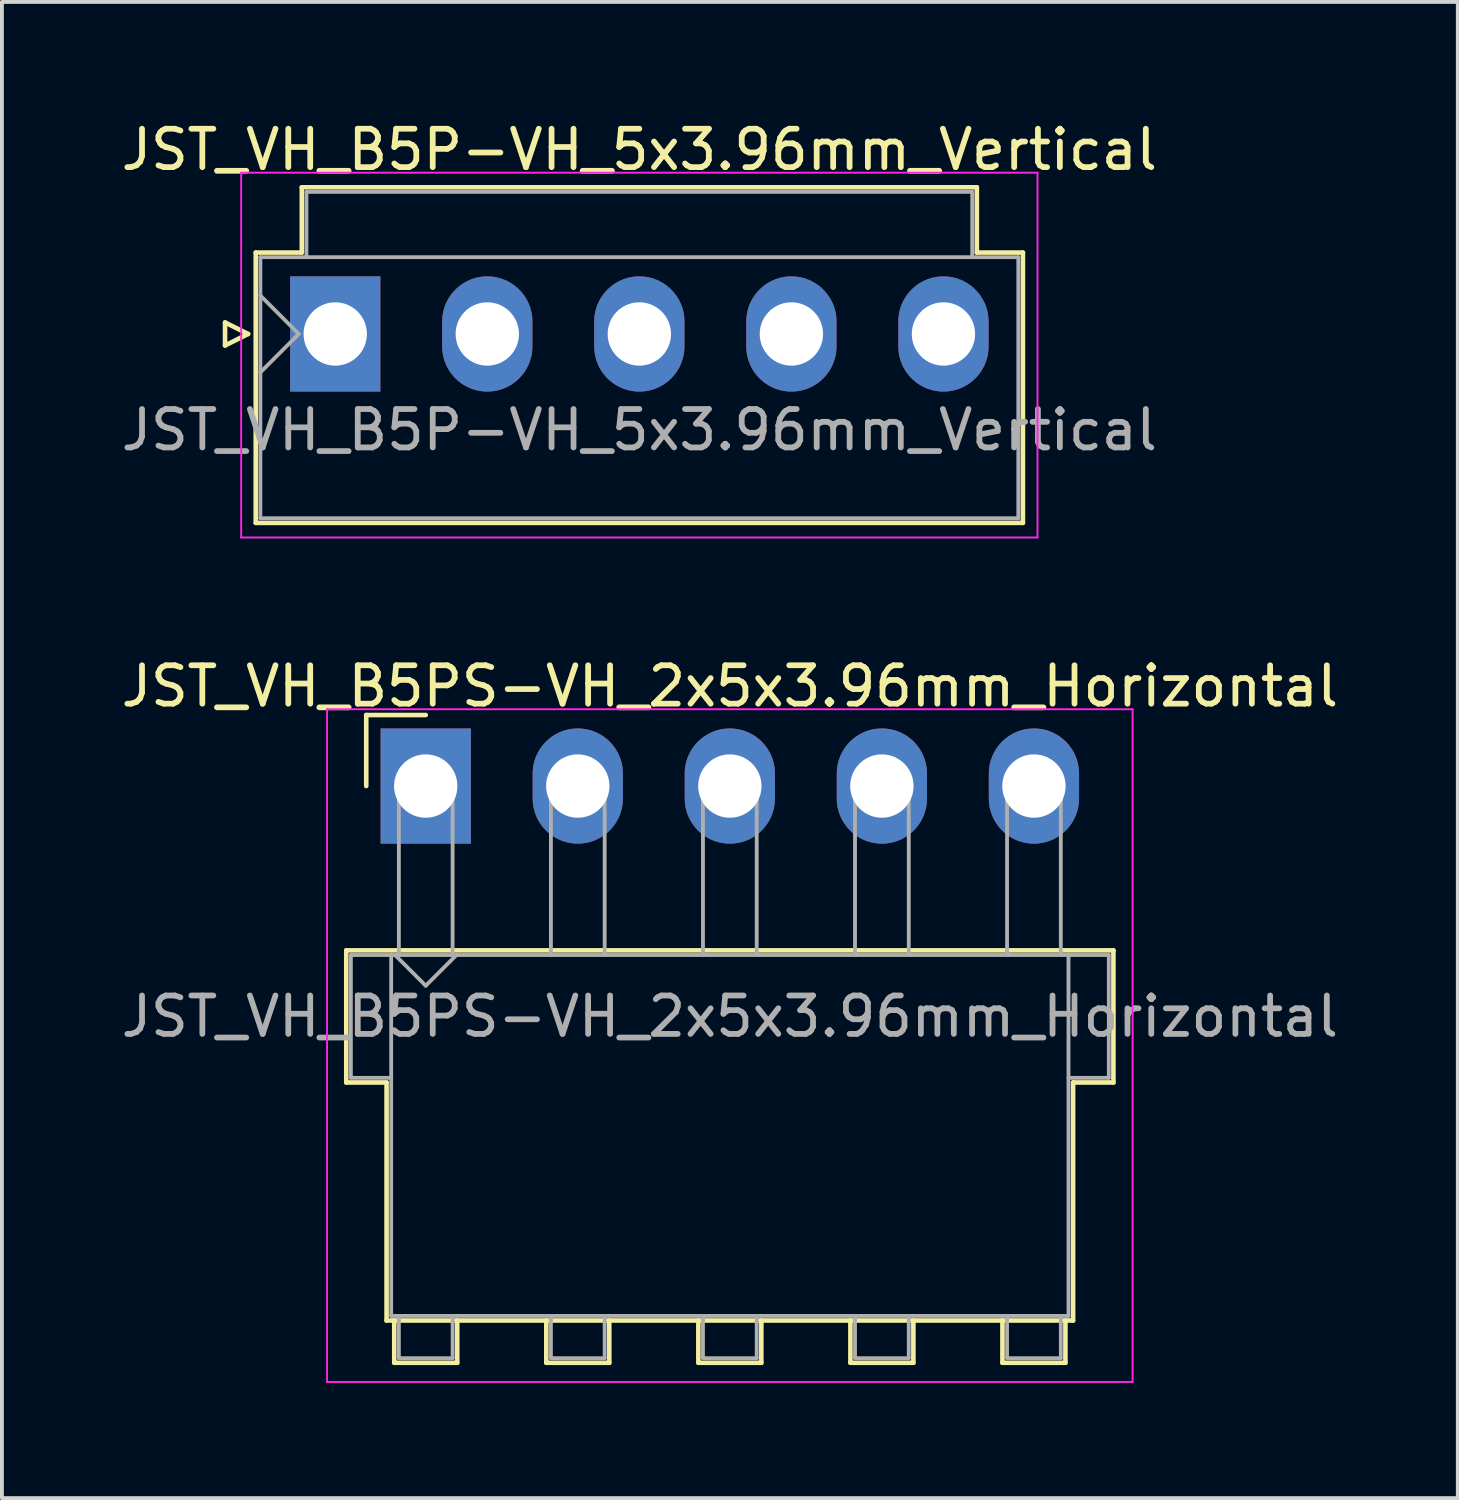
<source format=kicad_pcb>
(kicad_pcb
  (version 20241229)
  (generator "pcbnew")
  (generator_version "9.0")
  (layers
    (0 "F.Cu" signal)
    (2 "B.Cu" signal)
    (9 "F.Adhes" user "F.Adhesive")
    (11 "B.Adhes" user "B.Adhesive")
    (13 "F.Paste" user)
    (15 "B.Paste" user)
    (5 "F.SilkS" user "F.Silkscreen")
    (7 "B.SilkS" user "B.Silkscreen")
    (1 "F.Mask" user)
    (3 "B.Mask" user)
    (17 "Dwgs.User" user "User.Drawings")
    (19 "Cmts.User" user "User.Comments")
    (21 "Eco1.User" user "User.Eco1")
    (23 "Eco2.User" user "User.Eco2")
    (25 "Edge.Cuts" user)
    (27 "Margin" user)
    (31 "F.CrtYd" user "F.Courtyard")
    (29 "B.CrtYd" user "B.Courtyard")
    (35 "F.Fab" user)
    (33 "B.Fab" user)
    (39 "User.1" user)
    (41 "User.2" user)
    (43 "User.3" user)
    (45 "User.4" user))
  (footprint "JST_VH_B5PS-VH_2x5x3.96mm_Horizontal"
    (layer "F.Cu")
    (at 8.038 17.422)
    (property "Reference" "JST_VH_B5PS-VH_2x5x3.96mm_Horizontal" (at 7.92 -2.6 0) (layer "F.SilkS") (effects (font (size 1 1) (thickness 0.15))))
    (attr through_hole)
    (fp_line (start -2.07 4.28) (end 17.91 4.28) (stroke (width 0.12) (type solid)) (layer "F.SilkS"))
    (fp_line (start -2.07 7.72) (end -2.07 4.28) (stroke (width 0.12) (type solid)) (layer "F.SilkS"))
    (fp_line (start -1.55 -1.85) (end -1.55 0) (stroke (width 0.12) (type solid)) (layer "F.SilkS"))
    (fp_line (start -1.02 7.72) (end -2.07 7.72) (stroke (width 0.12) (type solid)) (layer "F.SilkS"))
    (fp_line (start -1.02 13.92) (end -1.02 7.72) (stroke (width 0.12) (type solid)) (layer "F.SilkS"))
    (fp_line (start -0.82 13.92) (end -0.82 15.02) (stroke (width 0.12) (type solid)) (layer "F.SilkS"))
    (fp_line (start -0.82 15.02) (end 0.82 15.02) (stroke (width 0.12) (type solid)) (layer "F.SilkS"))
    (fp_line (start 0 -1.85) (end -1.55 -1.85) (stroke (width 0.12) (type solid)) (layer "F.SilkS"))
    (fp_line (start 0.82 15.02) (end 0.82 13.92) (stroke (width 0.12) (type solid)) (layer "F.SilkS"))
    (fp_line (start 3.14 13.92) (end 3.14 15.02) (stroke (width 0.12) (type solid)) (layer "F.SilkS"))
    (fp_line (start 3.14 15.02) (end 4.78 15.02) (stroke (width 0.12) (type solid)) (layer "F.SilkS"))
    (fp_line (start 4.78 15.02) (end 4.78 13.92) (stroke (width 0.12) (type solid)) (layer "F.SilkS"))
    (fp_line (start 7.1 13.92) (end 7.1 15.02) (stroke (width 0.12) (type solid)) (layer "F.SilkS"))
    (fp_line (start 7.1 15.02) (end 8.74 15.02) (stroke (width 0.12) (type solid)) (layer "F.SilkS"))
    (fp_line (start 8.74 15.02) (end 8.74 13.92) (stroke (width 0.12) (type solid)) (layer "F.SilkS"))
    (fp_line (start 11.06 13.92) (end 11.06 15.02) (stroke (width 0.12) (type solid)) (layer "F.SilkS"))
    (fp_line (start 11.06 15.02) (end 12.7 15.02) (stroke (width 0.12) (type solid)) (layer "F.SilkS"))
    (fp_line (start 12.7 15.02) (end 12.7 13.92) (stroke (width 0.12) (type solid)) (layer "F.SilkS"))
    (fp_line (start 15.02 13.92) (end 15.02 15.02) (stroke (width 0.12) (type solid)) (layer "F.SilkS"))
    (fp_line (start 15.02 15.02) (end 16.66 15.02) (stroke (width 0.12) (type solid)) (layer "F.SilkS"))
    (fp_line (start 16.66 15.02) (end 16.66 13.92) (stroke (width 0.12) (type solid)) (layer "F.SilkS"))
    (fp_line (start 16.86 7.72) (end 16.86 13.92) (stroke (width 0.12) (type solid)) (layer "F.SilkS"))
    (fp_line (start 16.86 13.92) (end -1.02 13.92) (stroke (width 0.12) (type solid)) (layer "F.SilkS"))
    (fp_line (start 17.91 4.28) (end 17.91 7.72) (stroke (width 0.12) (type solid)) (layer "F.SilkS"))
    (fp_line (start 17.91 7.72) (end 16.86 7.72) (stroke (width 0.12) (type solid)) (layer "F.SilkS"))
    (fp_line (start -2.57 -2) (end -2.57 15.52) (stroke (width 0.05) (type solid)) (layer "F.CrtYd"))
    (fp_line (start -2.57 15.52) (end 18.41 15.52) (stroke (width 0.05) (type solid)) (layer "F.CrtYd"))
    (fp_line (start 18.41 -2) (end -2.57 -2) (stroke (width 0.05) (type solid)) (layer "F.CrtYd"))
    (fp_line (start 18.41 15.52) (end 18.41 -2) (stroke (width 0.05) (type solid)) (layer "F.CrtYd"))
    (fp_line (start -1.95 4.4) (end -0.9 4.4) (stroke (width 0.1) (type solid)) (layer "F.Fab"))
    (fp_line (start -1.95 7.6) (end -1.95 4.4) (stroke (width 0.1) (type solid)) (layer "F.Fab"))
    (fp_line (start -0.9 4.4) (end -0.9 13.8) (stroke (width 0.1) (type solid)) (layer "F.Fab"))
    (fp_line (start -0.9 7.6) (end -1.95 7.6) (stroke (width 0.1) (type solid)) (layer "F.Fab"))
    (fp_line (start -0.9 13.8) (end 16.74 13.8) (stroke (width 0.1) (type solid)) (layer "F.Fab"))
    (fp_line (start -0.8 4.4) (end 0 5.2) (stroke (width 0.1) (type solid)) (layer "F.Fab"))
    (fp_line (start -0.7 0) (end 0.7 0) (stroke (width 0.1) (type solid)) (layer "F.Fab"))
    (fp_line (start -0.7 4.4) (end -0.7 0) (stroke (width 0.1) (type solid)) (layer "F.Fab"))
    (fp_line (start -0.7 13.8) (end -0.7 14.9) (stroke (width 0.1) (type solid)) (layer "F.Fab"))
    (fp_line (start -0.7 14.9) (end 0.7 14.9) (stroke (width 0.1) (type solid)) (layer "F.Fab"))
    (fp_line (start 0 5.2) (end 0.8 4.4) (stroke (width 0.1) (type solid)) (layer "F.Fab"))
    (fp_line (start 0.7 0) (end 0.7 4.4) (stroke (width 0.1) (type solid)) (layer "F.Fab"))
    (fp_line (start 0.7 14.9) (end 0.7 13.8) (stroke (width 0.1) (type solid)) (layer "F.Fab"))
    (fp_line (start 3.26 0) (end 4.66 0) (stroke (width 0.1) (type solid)) (layer "F.Fab"))
    (fp_line (start 3.26 4.4) (end 3.26 0) (stroke (width 0.1) (type solid)) (layer "F.Fab"))
    (fp_line (start 3.26 13.8) (end 3.26 14.9) (stroke (width 0.1) (type solid)) (layer "F.Fab"))
    (fp_line (start 3.26 14.9) (end 4.66 14.9) (stroke (width 0.1) (type solid)) (layer "F.Fab"))
    (fp_line (start 4.66 0) (end 4.66 4.4) (stroke (width 0.1) (type solid)) (layer "F.Fab"))
    (fp_line (start 4.66 14.9) (end 4.66 13.8) (stroke (width 0.1) (type solid)) (layer "F.Fab"))
    (fp_line (start 7.22 0) (end 8.62 0) (stroke (width 0.1) (type solid)) (layer "F.Fab"))
    (fp_line (start 7.22 4.4) (end 7.22 0) (stroke (width 0.1) (type solid)) (layer "F.Fab"))
    (fp_line (start 7.22 13.8) (end 7.22 14.9) (stroke (width 0.1) (type solid)) (layer "F.Fab"))
    (fp_line (start 7.22 14.9) (end 8.62 14.9) (stroke (width 0.1) (type solid)) (layer "F.Fab"))
    (fp_line (start 8.62 0) (end 8.62 4.4) (stroke (width 0.1) (type solid)) (layer "F.Fab"))
    (fp_line (start 8.62 14.9) (end 8.62 13.8) (stroke (width 0.1) (type solid)) (layer "F.Fab"))
    (fp_line (start 11.18 0) (end 12.58 0) (stroke (width 0.1) (type solid)) (layer "F.Fab"))
    (fp_line (start 11.18 4.4) (end 11.18 0) (stroke (width 0.1) (type solid)) (layer "F.Fab"))
    (fp_line (start 11.18 13.8) (end 11.18 14.9) (stroke (width 0.1) (type solid)) (layer "F.Fab"))
    (fp_line (start 11.18 14.9) (end 12.58 14.9) (stroke (width 0.1) (type solid)) (layer "F.Fab"))
    (fp_line (start 12.58 0) (end 12.58 4.4) (stroke (width 0.1) (type solid)) (layer "F.Fab"))
    (fp_line (start 12.58 14.9) (end 12.58 13.8) (stroke (width 0.1) (type solid)) (layer "F.Fab"))
    (fp_line (start 15.14 0) (end 16.54 0) (stroke (width 0.1) (type solid)) (layer "F.Fab"))
    (fp_line (start 15.14 4.4) (end 15.14 0) (stroke (width 0.1) (type solid)) (layer "F.Fab"))
    (fp_line (start 15.14 13.8) (end 15.14 14.9) (stroke (width 0.1) (type solid)) (layer "F.Fab"))
    (fp_line (start 15.14 14.9) (end 16.54 14.9) (stroke (width 0.1) (type solid)) (layer "F.Fab"))
    (fp_line (start 16.54 0) (end 16.54 4.4) (stroke (width 0.1) (type solid)) (layer "F.Fab"))
    (fp_line (start 16.54 14.9) (end 16.54 13.8) (stroke (width 0.1) (type solid)) (layer "F.Fab"))
    (fp_line (start 16.74 4.4) (end -0.9 4.4) (stroke (width 0.1) (type solid)) (layer "F.Fab"))
    (fp_line (start 16.74 4.4) (end 17.79 4.4) (stroke (width 0.1) (type solid)) (layer "F.Fab"))
    (fp_line (start 16.74 13.8) (end 16.74 4.4) (stroke (width 0.1) (type solid)) (layer "F.Fab"))
    (fp_line (start 17.79 4.4) (end 17.79 7.6) (stroke (width 0.1) (type solid)) (layer "F.Fab"))
    (fp_line (start 17.79 7.6) (end 16.74 7.6) (stroke (width 0.1) (type solid)) (layer "F.Fab"))
    (fp_text user "${REFERENCE}" (at 7.92 6 0) (layer "F.Fab") (effects (font (size 1 1) (thickness 0.15))))
    (pad "1" thru_hole rect (at 0 0) (size 2.35 3) (drill 1.65) (layers "*.Cu" "*.Mask"))
    (pad "2" thru_hole oval (at 3.96 0) (size 2.35 3) (drill 1.65) (layers "*.Cu" "*.Mask"))
    (pad "3" thru_hole oval (at 7.92 0) (size 2.35 3) (drill 1.65) (layers "*.Cu" "*.Mask"))
    (pad "4" thru_hole oval (at 11.88 0) (size 2.35 3) (drill 1.65) (layers "*.Cu" "*.Mask"))
    (pad "5" thru_hole oval (at 15.84 0) (size 2.35 3) (drill 1.65) (layers "*.Cu" "*.Mask")))
  (footprint "JST_VH_B5P-VH_5x3.96mm_Vertical"
    (layer "F.Cu")
    (at 5.681 5.648)
    (property "Reference" "JST_VH_B5P-VH_5x3.96mm_Vertical" (at 7.92 -4.8 0) (layer "F.SilkS") (effects (font (size 1 1) (thickness 0.15))))
    (attr through_hole)
    (fp_line (start -2.87 -0.3) (end -2.27 0) (stroke (width 0.12) (type solid)) (layer "F.SilkS"))
    (fp_line (start -2.87 0.3) (end -2.87 -0.3) (stroke (width 0.12) (type solid)) (layer "F.SilkS"))
    (fp_line (start -2.27 0) (end -2.87 0.3) (stroke (width 0.12) (type solid)) (layer "F.SilkS"))
    (fp_line (start -2.07 -2.12) (end -0.87 -2.12) (stroke (width 0.12) (type solid)) (layer "F.SilkS"))
    (fp_line (start -2.07 4.92) (end -2.07 -2.12) (stroke (width 0.12) (type solid)) (layer "F.SilkS"))
    (fp_line (start -0.87 -3.82) (end 16.71 -3.82) (stroke (width 0.12) (type solid)) (layer "F.SilkS"))
    (fp_line (start -0.87 -2.12) (end -0.87 -3.82) (stroke (width 0.12) (type solid)) (layer "F.SilkS"))
    (fp_line (start 16.71 -3.82) (end 16.71 -2.12) (stroke (width 0.12) (type solid)) (layer "F.SilkS"))
    (fp_line (start 16.71 -2.12) (end 17.91 -2.12) (stroke (width 0.12) (type solid)) (layer "F.SilkS"))
    (fp_line (start 17.91 -2.12) (end 17.91 4.92) (stroke (width 0.12) (type solid)) (layer "F.SilkS"))
    (fp_line (start 17.91 4.92) (end -2.07 4.92) (stroke (width 0.12) (type solid)) (layer "F.SilkS"))
    (fp_line (start -2.45 -4.2) (end -2.45 5.3) (stroke (width 0.05) (type solid)) (layer "F.CrtYd"))
    (fp_line (start -2.45 5.3) (end 18.29 5.3) (stroke (width 0.05) (type solid)) (layer "F.CrtYd"))
    (fp_line (start 18.29 -4.2) (end -2.45 -4.2) (stroke (width 0.05) (type solid)) (layer "F.CrtYd"))
    (fp_line (start 18.29 5.3) (end 18.29 -4.2) (stroke (width 0.05) (type solid)) (layer "F.CrtYd"))
    (fp_line (start -1.95 -2) (end -1.95 4.8) (stroke (width 0.1) (type solid)) (layer "F.Fab"))
    (fp_line (start -1.95 -1) (end -0.95 0) (stroke (width 0.1) (type solid)) (layer "F.Fab"))
    (fp_line (start -1.95 1) (end -0.95 0) (stroke (width 0.1) (type solid)) (layer "F.Fab"))
    (fp_line (start -1.95 4.8) (end 17.79 4.8) (stroke (width 0.1) (type solid)) (layer "F.Fab"))
    (fp_line (start -0.75 -3.7) (end 16.59 -3.7) (stroke (width 0.1) (type solid)) (layer "F.Fab"))
    (fp_line (start -0.75 -2) (end -0.75 -3.7) (stroke (width 0.1) (type solid)) (layer "F.Fab"))
    (fp_line (start 16.59 -3.7) (end 16.59 -2) (stroke (width 0.1) (type solid)) (layer "F.Fab"))
    (fp_line (start 17.79 -2) (end -1.95 -2) (stroke (width 0.1) (type solid)) (layer "F.Fab"))
    (fp_line (start 17.79 4.8) (end 17.79 -2) (stroke (width 0.1) (type solid)) (layer "F.Fab"))
    (fp_text user "${REFERENCE}" (at 7.92 2.5 0) (layer "F.Fab") (effects (font (size 1 1) (thickness 0.15))))
    (pad "1" thru_hole rect (at 0 0) (size 2.35 3) (drill 1.65) (layers "*.Cu" "*.Mask"))
    (pad "2" thru_hole oval (at 3.96 0) (size 2.35 3) (drill 1.65) (layers "*.Cu" "*.Mask"))
    (pad "3" thru_hole oval (at 7.92 0) (size 2.35 3) (drill 1.65) (layers "*.Cu" "*.Mask"))
    (pad "4" thru_hole oval (at 11.88 0) (size 2.35 3) (drill 1.65) (layers "*.Cu" "*.Mask"))
    (pad "5" thru_hole oval (at 15.84 0) (size 2.35 3) (drill 1.65) (layers "*.Cu" "*.Mask")))
  (gr_rect
    (start -3 -3)
    (end 34.917 35.967)
    (stroke (width 0.1) (type default))
    (fill no)
    (layer "Edge.Cuts")))
</source>
